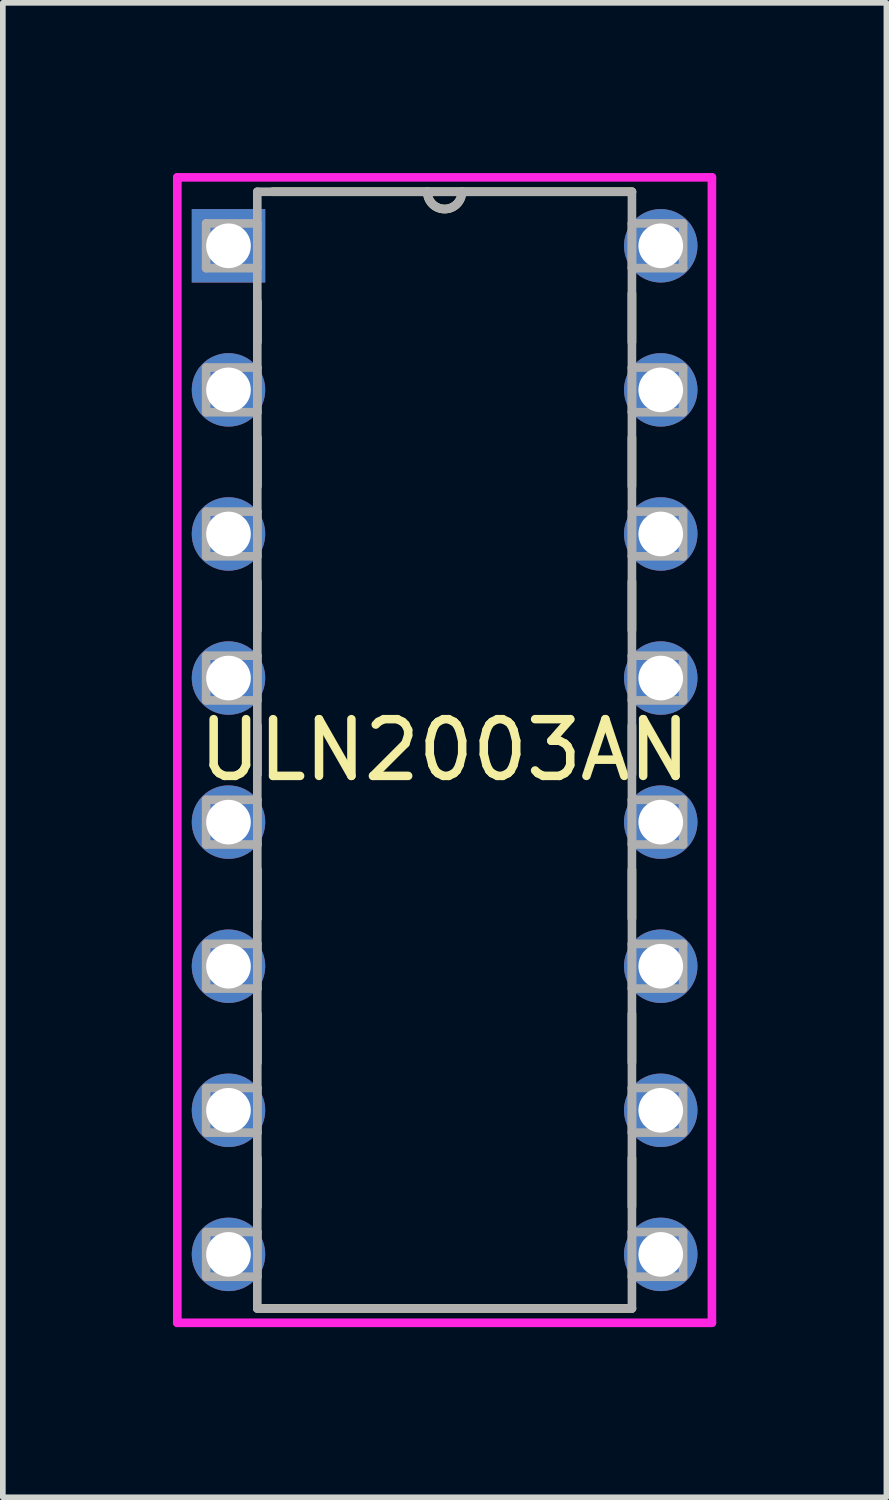
<source format=kicad_pcb>
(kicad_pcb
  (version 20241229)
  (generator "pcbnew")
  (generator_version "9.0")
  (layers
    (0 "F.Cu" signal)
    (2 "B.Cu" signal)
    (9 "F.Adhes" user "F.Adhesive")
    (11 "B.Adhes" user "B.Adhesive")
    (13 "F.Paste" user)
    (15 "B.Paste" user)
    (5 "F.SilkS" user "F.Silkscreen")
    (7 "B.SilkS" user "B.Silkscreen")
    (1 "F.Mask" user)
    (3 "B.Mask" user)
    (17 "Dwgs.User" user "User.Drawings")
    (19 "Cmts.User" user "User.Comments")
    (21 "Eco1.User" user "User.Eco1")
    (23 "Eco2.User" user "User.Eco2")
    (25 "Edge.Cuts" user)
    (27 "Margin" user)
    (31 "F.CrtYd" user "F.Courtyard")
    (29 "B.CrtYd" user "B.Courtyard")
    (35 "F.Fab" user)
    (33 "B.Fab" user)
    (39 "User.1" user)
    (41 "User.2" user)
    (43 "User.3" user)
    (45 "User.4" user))
  (footprint "ULN2003AN"
    (layer "F.Cu")
    (at 8.598 19.063)
    (property "Reference" "ULN2003AN" (at -3.81 -8.89 0) (layer "F.SilkS") (effects (font (size 1 1) (thickness 0.15))))
    (attr through_hole)
    (fp_line (start -7.112 -16.8) (end -7.112 -16.079) (stroke (width 0.152) (type solid)) (layer "F.SilkS"))
    (fp_line (start -7.112 -14.401) (end -7.112 -13.539) (stroke (width 0.152) (type solid)) (layer "F.SilkS"))
    (fp_line (start -7.112 -11.861) (end -7.112 -10.999) (stroke (width 0.152) (type solid)) (layer "F.SilkS"))
    (fp_line (start -7.112 -9.321) (end -7.112 -8.459) (stroke (width 0.152) (type solid)) (layer "F.SilkS"))
    (fp_line (start -7.112 -6.781) (end -7.112 -5.919) (stroke (width 0.152) (type solid)) (layer "F.SilkS"))
    (fp_line (start -7.112 -4.241) (end -7.112 -3.379) (stroke (width 0.152) (type solid)) (layer "F.SilkS"))
    (fp_line (start -7.112 -1.701) (end -7.112 -0.839) (stroke (width 0.152) (type solid)) (layer "F.SilkS"))
    (fp_line (start -7.112 0.953) (end -0.508 0.953) (stroke (width 0.152) (type solid)) (layer "F.SilkS"))
    (fp_line (start -0.508 -18.733) (end -6.839 -18.733) (stroke (width 0.152) (type solid)) (layer "F.SilkS"))
    (fp_line (start -0.508 -16.079) (end -0.508 -16.941) (stroke (width 0.152) (type solid)) (layer "F.SilkS"))
    (fp_line (start -0.508 -13.539) (end -0.508 -14.401) (stroke (width 0.152) (type solid)) (layer "F.SilkS"))
    (fp_line (start -0.508 -10.999) (end -0.508 -11.861) (stroke (width 0.152) (type solid)) (layer "F.SilkS"))
    (fp_line (start -0.508 -8.459) (end -0.508 -9.321) (stroke (width 0.152) (type solid)) (layer "F.SilkS"))
    (fp_line (start -0.508 -5.919) (end -0.508 -6.781) (stroke (width 0.152) (type solid)) (layer "F.SilkS"))
    (fp_line (start -0.508 -3.379) (end -0.508 -4.241) (stroke (width 0.152) (type solid)) (layer "F.SilkS"))
    (fp_line (start -0.508 -0.839) (end -0.508 -1.701) (stroke (width 0.152) (type solid)) (layer "F.SilkS"))
    (fp_arc (start -3.5052 -18.7325) (mid -3.81 -18.4277) (end -4.1148 -18.7325) (stroke (width 0.1524) (type solid)) (layer "F.SilkS"))
    (fp_line (start -8.522 -18.986) (end 0.902 -18.986) (stroke (width 0.152) (type solid)) (layer "F.CrtYd"))
    (fp_line (start -8.522 1.206) (end -8.522 -18.986) (stroke (width 0.152) (type solid)) (layer "F.CrtYd"))
    (fp_line (start 0.902 -18.986) (end 0.902 1.206) (stroke (width 0.152) (type solid)) (layer "F.CrtYd"))
    (fp_line (start 0.902 1.206) (end -8.522 1.206) (stroke (width 0.152) (type solid)) (layer "F.CrtYd"))
    (fp_line (start -8.014 -18.174) (end -8.014 -17.386) (stroke (width 0.152) (type solid)) (layer "F.Fab"))
    (fp_line (start -8.014 -17.386) (end -7.112 -17.386) (stroke (width 0.152) (type solid)) (layer "F.Fab"))
    (fp_line (start -8.014 -15.634) (end -8.014 -14.846) (stroke (width 0.152) (type solid)) (layer "F.Fab"))
    (fp_line (start -8.014 -14.846) (end -7.112 -14.846) (stroke (width 0.152) (type solid)) (layer "F.Fab"))
    (fp_line (start -8.014 -13.094) (end -8.014 -12.306) (stroke (width 0.152) (type solid)) (layer "F.Fab"))
    (fp_line (start -8.014 -12.306) (end -7.112 -12.306) (stroke (width 0.152) (type solid)) (layer "F.Fab"))
    (fp_line (start -8.014 -10.554) (end -8.014 -9.766) (stroke (width 0.152) (type solid)) (layer "F.Fab"))
    (fp_line (start -8.014 -9.766) (end -7.112 -9.766) (stroke (width 0.152) (type solid)) (layer "F.Fab"))
    (fp_line (start -8.014 -8.014) (end -8.014 -7.226) (stroke (width 0.152) (type solid)) (layer "F.Fab"))
    (fp_line (start -8.014 -7.226) (end -7.112 -7.226) (stroke (width 0.152) (type solid)) (layer "F.Fab"))
    (fp_line (start -8.014 -5.474) (end -8.014 -4.686) (stroke (width 0.152) (type solid)) (layer "F.Fab"))
    (fp_line (start -8.014 -4.686) (end -7.112 -4.686) (stroke (width 0.152) (type solid)) (layer "F.Fab"))
    (fp_line (start -8.014 -2.934) (end -8.014 -2.146) (stroke (width 0.152) (type solid)) (layer "F.Fab"))
    (fp_line (start -8.014 -2.146) (end -7.112 -2.146) (stroke (width 0.152) (type solid)) (layer "F.Fab"))
    (fp_line (start -8.014 -0.394) (end -8.014 0.394) (stroke (width 0.152) (type solid)) (layer "F.Fab"))
    (fp_line (start -8.014 0.394) (end -7.112 0.394) (stroke (width 0.152) (type solid)) (layer "F.Fab"))
    (fp_line (start -7.112 -18.733) (end -7.112 0.953) (stroke (width 0.152) (type solid)) (layer "F.Fab"))
    (fp_line (start -7.112 -18.174) (end -8.014 -18.174) (stroke (width 0.152) (type solid)) (layer "F.Fab"))
    (fp_line (start -7.112 -17.386) (end -7.112 -18.174) (stroke (width 0.152) (type solid)) (layer "F.Fab"))
    (fp_line (start -7.112 -15.634) (end -8.014 -15.634) (stroke (width 0.152) (type solid)) (layer "F.Fab"))
    (fp_line (start -7.112 -14.846) (end -7.112 -15.634) (stroke (width 0.152) (type solid)) (layer "F.Fab"))
    (fp_line (start -7.112 -13.094) (end -8.014 -13.094) (stroke (width 0.152) (type solid)) (layer "F.Fab"))
    (fp_line (start -7.112 -12.306) (end -7.112 -13.094) (stroke (width 0.152) (type solid)) (layer "F.Fab"))
    (fp_line (start -7.112 -10.554) (end -8.014 -10.554) (stroke (width 0.152) (type solid)) (layer "F.Fab"))
    (fp_line (start -7.112 -9.766) (end -7.112 -10.554) (stroke (width 0.152) (type solid)) (layer "F.Fab"))
    (fp_line (start -7.112 -8.014) (end -8.014 -8.014) (stroke (width 0.152) (type solid)) (layer "F.Fab"))
    (fp_line (start -7.112 -7.226) (end -7.112 -8.014) (stroke (width 0.152) (type solid)) (layer "F.Fab"))
    (fp_line (start -7.112 -5.474) (end -8.014 -5.474) (stroke (width 0.152) (type solid)) (layer "F.Fab"))
    (fp_line (start -7.112 -4.686) (end -7.112 -5.474) (stroke (width 0.152) (type solid)) (layer "F.Fab"))
    (fp_line (start -7.112 -2.934) (end -8.014 -2.934) (stroke (width 0.152) (type solid)) (layer "F.Fab"))
    (fp_line (start -7.112 -2.146) (end -7.112 -2.934) (stroke (width 0.152) (type solid)) (layer "F.Fab"))
    (fp_line (start -7.112 -0.394) (end -8.014 -0.394) (stroke (width 0.152) (type solid)) (layer "F.Fab"))
    (fp_line (start -7.112 0.394) (end -7.112 -0.394) (stroke (width 0.152) (type solid)) (layer "F.Fab"))
    (fp_line (start -7.112 0.953) (end -0.508 0.953) (stroke (width 0.152) (type solid)) (layer "F.Fab"))
    (fp_line (start -0.508 -18.733) (end -7.112 -18.733) (stroke (width 0.152) (type solid)) (layer "F.Fab"))
    (fp_line (start -0.508 -18.174) (end -0.508 -17.386) (stroke (width 0.152) (type solid)) (layer "F.Fab"))
    (fp_line (start -0.508 -17.386) (end 0.394 -17.386) (stroke (width 0.152) (type solid)) (layer "F.Fab"))
    (fp_line (start -0.508 -15.634) (end -0.508 -14.846) (stroke (width 0.152) (type solid)) (layer "F.Fab"))
    (fp_line (start -0.508 -14.846) (end 0.394 -14.846) (stroke (width 0.152) (type solid)) (layer "F.Fab"))
    (fp_line (start -0.508 -13.094) (end -0.508 -12.306) (stroke (width 0.152) (type solid)) (layer "F.Fab"))
    (fp_line (start -0.508 -12.306) (end 0.394 -12.306) (stroke (width 0.152) (type solid)) (layer "F.Fab"))
    (fp_line (start -0.508 -10.554) (end -0.508 -9.766) (stroke (width 0.152) (type solid)) (layer "F.Fab"))
    (fp_line (start -0.508 -9.766) (end 0.394 -9.766) (stroke (width 0.152) (type solid)) (layer "F.Fab"))
    (fp_line (start -0.508 -8.014) (end -0.508 -7.226) (stroke (width 0.152) (type solid)) (layer "F.Fab"))
    (fp_line (start -0.508 -7.226) (end 0.394 -7.226) (stroke (width 0.152) (type solid)) (layer "F.Fab"))
    (fp_line (start -0.508 -5.474) (end -0.508 -4.686) (stroke (width 0.152) (type solid)) (layer "F.Fab"))
    (fp_line (start -0.508 -4.686) (end 0.394 -4.686) (stroke (width 0.152) (type solid)) (layer "F.Fab"))
    (fp_line (start -0.508 -2.934) (end -0.508 -2.146) (stroke (width 0.152) (type solid)) (layer "F.Fab"))
    (fp_line (start -0.508 -2.146) (end 0.394 -2.146) (stroke (width 0.152) (type solid)) (layer "F.Fab"))
    (fp_line (start -0.508 -0.394) (end -0.508 0.394) (stroke (width 0.152) (type solid)) (layer "F.Fab"))
    (fp_line (start -0.508 0.394) (end 0.394 0.394) (stroke (width 0.152) (type solid)) (layer "F.Fab"))
    (fp_line (start -0.508 0.953) (end -0.508 -18.733) (stroke (width 0.152) (type solid)) (layer "F.Fab"))
    (fp_line (start 0.394 -18.174) (end -0.508 -18.174) (stroke (width 0.152) (type solid)) (layer "F.Fab"))
    (fp_line (start 0.394 -17.386) (end 0.394 -18.174) (stroke (width 0.152) (type solid)) (layer "F.Fab"))
    (fp_line (start 0.394 -15.634) (end -0.508 -15.634) (stroke (width 0.152) (type solid)) (layer "F.Fab"))
    (fp_line (start 0.394 -14.846) (end 0.394 -15.634) (stroke (width 0.152) (type solid)) (layer "F.Fab"))
    (fp_line (start 0.394 -13.094) (end -0.508 -13.094) (stroke (width 0.152) (type solid)) (layer "F.Fab"))
    (fp_line (start 0.394 -12.306) (end 0.394 -13.094) (stroke (width 0.152) (type solid)) (layer "F.Fab"))
    (fp_line (start 0.394 -10.554) (end -0.508 -10.554) (stroke (width 0.152) (type solid)) (layer "F.Fab"))
    (fp_line (start 0.394 -9.766) (end 0.394 -10.554) (stroke (width 0.152) (type solid)) (layer "F.Fab"))
    (fp_line (start 0.394 -8.014) (end -0.508 -8.014) (stroke (width 0.152) (type solid)) (layer "F.Fab"))
    (fp_line (start 0.394 -7.226) (end 0.394 -8.014) (stroke (width 0.152) (type solid)) (layer "F.Fab"))
    (fp_line (start 0.394 -5.474) (end -0.508 -5.474) (stroke (width 0.152) (type solid)) (layer "F.Fab"))
    (fp_line (start 0.394 -4.686) (end 0.394 -5.474) (stroke (width 0.152) (type solid)) (layer "F.Fab"))
    (fp_line (start 0.394 -2.934) (end -0.508 -2.934) (stroke (width 0.152) (type solid)) (layer "F.Fab"))
    (fp_line (start 0.394 -2.146) (end 0.394 -2.934) (stroke (width 0.152) (type solid)) (layer "F.Fab"))
    (fp_line (start 0.394 -0.394) (end -0.508 -0.394) (stroke (width 0.152) (type solid)) (layer "F.Fab"))
    (fp_line (start 0.394 0.394) (end 0.394 -0.394) (stroke (width 0.152) (type solid)) (layer "F.Fab"))
    (fp_arc (start -3.5052 -18.7325) (mid -3.81 -18.4277) (end -4.1148 -18.7325) (stroke (width 0.1524) (type solid)) (layer "F.Fab"))
    (pad "1" thru_hole rect (at -7.62 -17.78) (size 1.295 1.295) (drill 0.787) (layers "*.Cu" "*.Mask"))
    (pad "2" thru_hole circle (at -7.62 -15.24) (size 1.295 1.295) (drill 0.787) (layers "*.Cu" "*.Mask"))
    (pad "3" thru_hole circle (at -7.62 -12.7) (size 1.295 1.295) (drill 0.787) (layers "*.Cu" "*.Mask"))
    (pad "4" thru_hole circle (at -7.62 -10.16) (size 1.295 1.295) (drill 0.787) (layers "*.Cu" "*.Mask"))
    (pad "5" thru_hole circle (at -7.62 -7.62) (size 1.295 1.295) (drill 0.787) (layers "*.Cu" "*.Mask"))
    (pad "6" thru_hole circle (at -7.62 -5.08) (size 1.295 1.295) (drill 0.787) (layers "*.Cu" "*.Mask"))
    (pad "7" thru_hole circle (at -7.62 -2.54) (size 1.295 1.295) (drill 0.787) (layers "*.Cu" "*.Mask"))
    (pad "8" thru_hole circle (at -7.62 0) (size 1.295 1.295) (drill 0.787) (layers "*.Cu" "*.Mask"))
    (pad "9" thru_hole circle (at 0 0) (size 1.295 1.295) (drill 0.787) (layers "*.Cu" "*.Mask"))
    (pad "10" thru_hole circle (at 0 -2.54) (size 1.295 1.295) (drill 0.787) (layers "*.Cu" "*.Mask"))
    (pad "11" thru_hole circle (at 0 -5.08) (size 1.295 1.295) (drill 0.787) (layers "*.Cu" "*.Mask"))
    (pad "12" thru_hole circle (at 0 -7.62) (size 1.295 1.295) (drill 0.787) (layers "*.Cu" "*.Mask"))
    (pad "13" thru_hole circle (at 0 -10.16) (size 1.295 1.295) (drill 0.787) (layers "*.Cu" "*.Mask"))
    (pad "14" thru_hole circle (at 0 -12.7) (size 1.295 1.295) (drill 0.787) (layers "*.Cu" "*.Mask"))
    (pad "15" thru_hole circle (at 0 -15.24) (size 1.295 1.295) (drill 0.787) (layers "*.Cu" "*.Mask"))
    (pad "16" thru_hole circle (at 0 -17.78) (size 1.295 1.295) (drill 0.787) (layers "*.Cu" "*.Mask")))
  (gr_rect
    (start -3 -3)
    (end 12.576 23.345)
    (stroke (width 0.1) (type default))
    (fill no)
    (layer "Edge.Cuts")))
</source>
